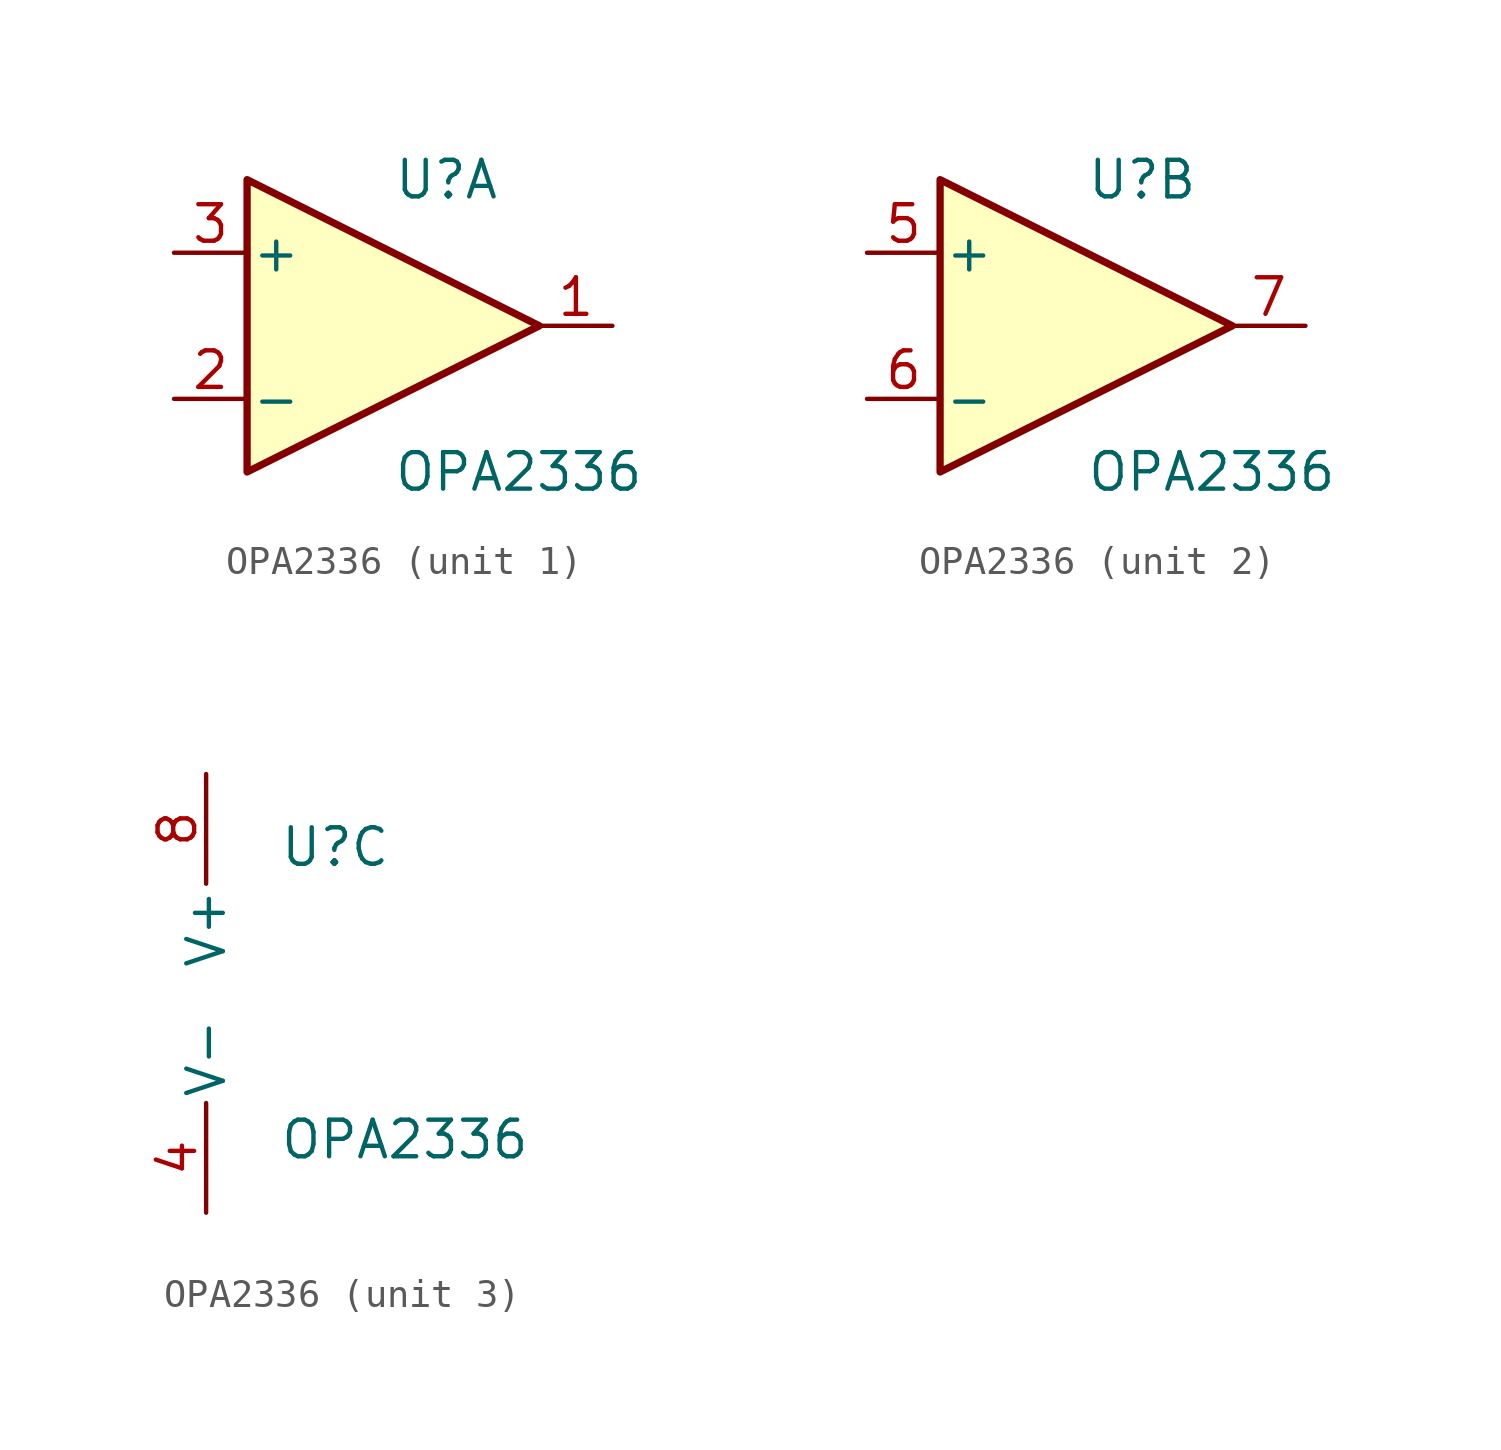
<source format=kicad_sym>
(kicad_symbol_lib
  (version 20211014)
  (generator kicad_symbol_editor)
  (symbol "OPA2336"
    (pin_names
      (offset 0.127))
    (property "Reference" "U"
      (at 0 5.08 0)
      (effects (font (size 1.27 1.27)) (justify left)))
    (property "Value" "OPA2336"
      (at 0 -5.08 0)
      (effects (font (size 1.27 1.27)) (justify left)))
    (property "ki_locked" ""
      (at 0 0 0)
      (effects (font (size 1.27 1.27))))
    (symbol "OPA2336_1_1"
      (polyline (pts (xy -5.08 5.08) (xy 5.08 0) (xy -5.08 -5.08) (xy -5.08 5.08)) (stroke (width 0.254) (type default) (color 0 0 0 0)) (fill (type background)))
      (pin output line (at 7.62 0 180) (length 2.54) (name "~" (effects (font (size 1.27 1.27)))) (number "1" (effects (font (size 1.27 1.27)))))
      (pin input line (at -7.62 -2.54 0) (length 2.54) (name "-" (effects (font (size 1.27 1.27)))) (number "2" (effects (font (size 1.27 1.27)))))
      (pin input line (at -7.62 2.54 0) (length 2.54) (name "+" (effects (font (size 1.27 1.27)))) (number "3" (effects (font (size 1.27 1.27))))))
    (symbol "OPA2336_2_1"
      (polyline (pts (xy -5.08 5.08) (xy 5.08 0) (xy -5.08 -5.08) (xy -5.08 5.08)) (stroke (width 0.254) (type default) (color 0 0 0 0)) (fill (type background)))
      (pin input line (at -7.62 2.54 0) (length 2.54) (name "+" (effects (font (size 1.27 1.27)))) (number "5" (effects (font (size 1.27 1.27)))))
      (pin input line (at -7.62 -2.54 0) (length 2.54) (name "-" (effects (font (size 1.27 1.27)))) (number "6" (effects (font (size 1.27 1.27)))))
      (pin output line (at 7.62 0 180) (length 2.54) (name "~" (effects (font (size 1.27 1.27)))) (number "7" (effects (font (size 1.27 1.27))))))
    (symbol "OPA2336_3_1"
      (pin power_in line (at -2.54 -7.62 90) (length 3.81) (name "V-" (effects (font (size 1.27 1.27)))) (number "4" (effects (font (size 1.27 1.27)))))
      (pin power_in line (at -2.54 7.62 270) (length 3.81) (name "V+" (effects (font (size 1.27 1.27)))) (number "8" (effects (font (size 1.27 1.27))))))))
</source>
